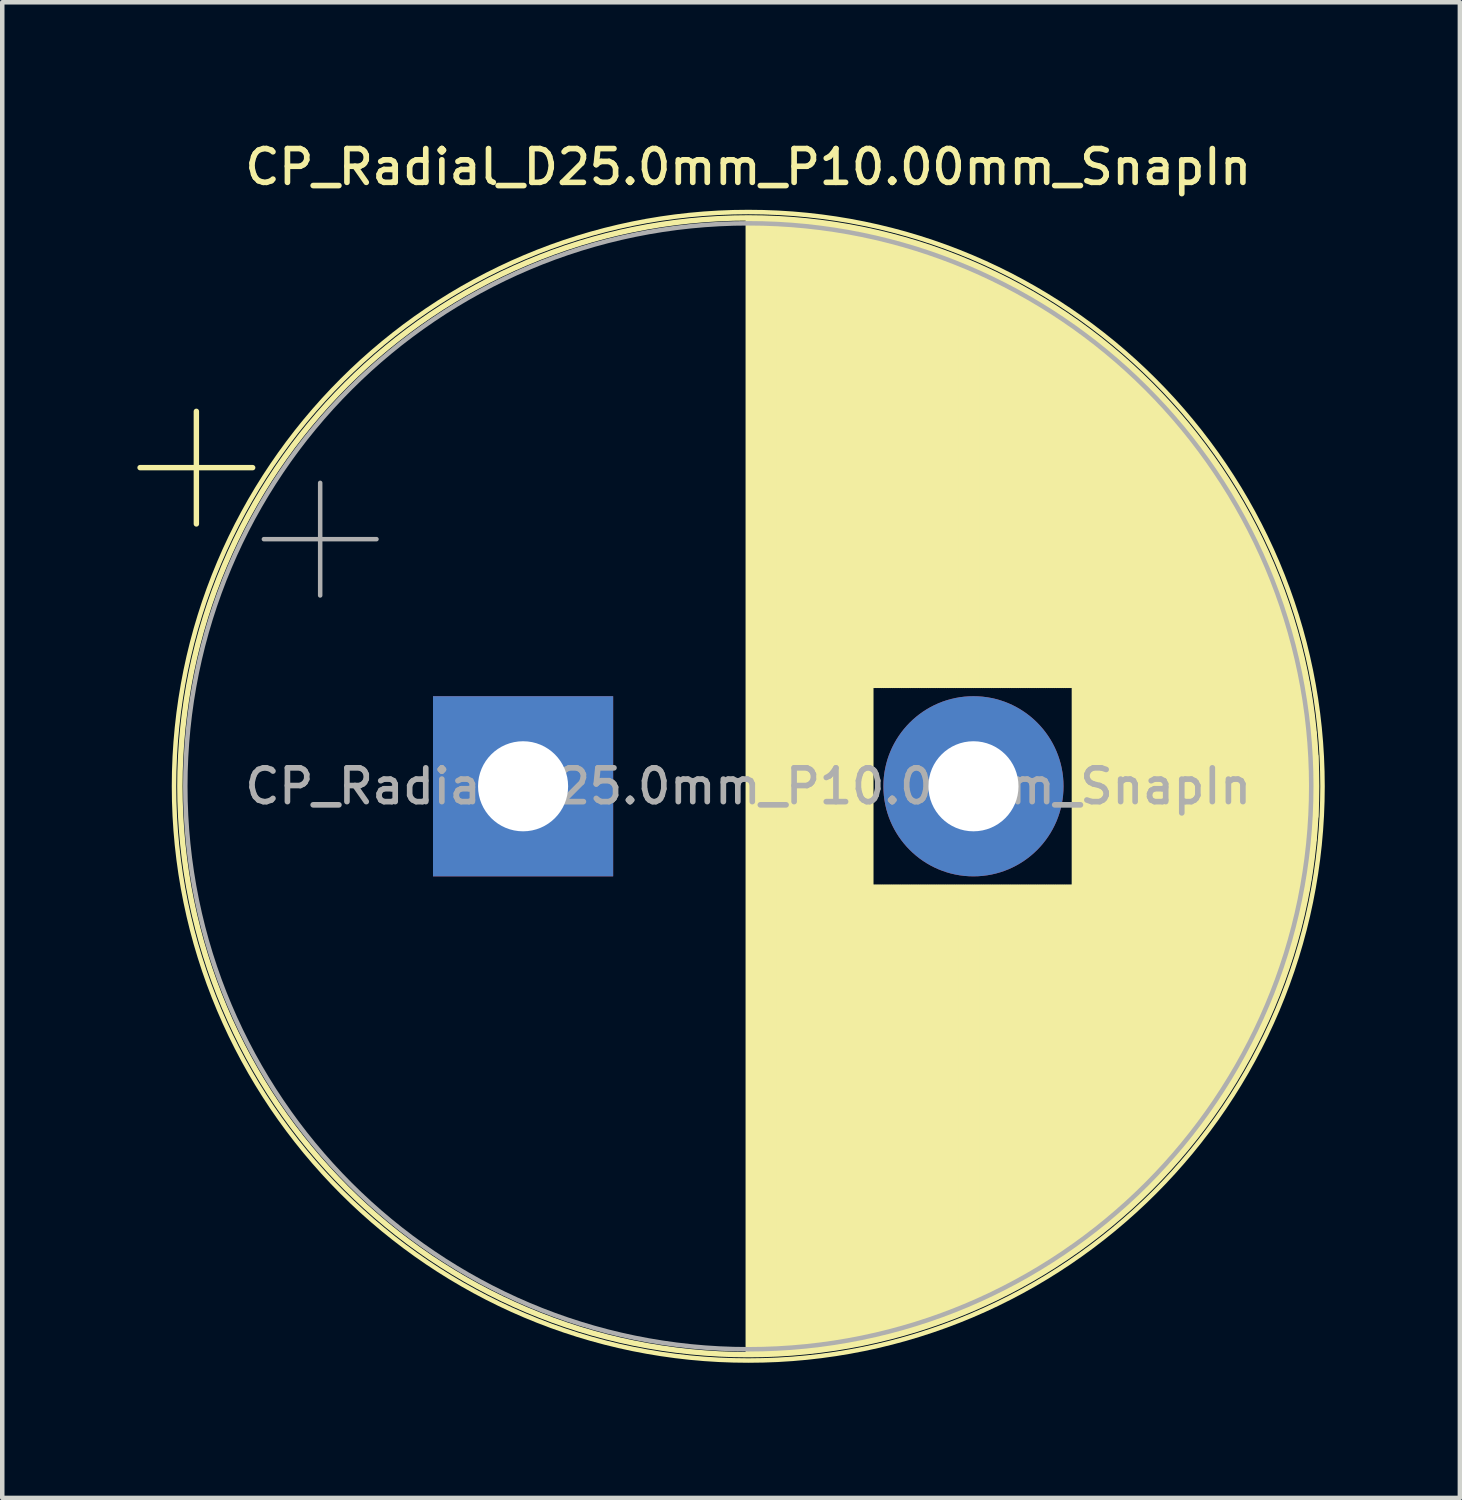
<source format=kicad_pcb>
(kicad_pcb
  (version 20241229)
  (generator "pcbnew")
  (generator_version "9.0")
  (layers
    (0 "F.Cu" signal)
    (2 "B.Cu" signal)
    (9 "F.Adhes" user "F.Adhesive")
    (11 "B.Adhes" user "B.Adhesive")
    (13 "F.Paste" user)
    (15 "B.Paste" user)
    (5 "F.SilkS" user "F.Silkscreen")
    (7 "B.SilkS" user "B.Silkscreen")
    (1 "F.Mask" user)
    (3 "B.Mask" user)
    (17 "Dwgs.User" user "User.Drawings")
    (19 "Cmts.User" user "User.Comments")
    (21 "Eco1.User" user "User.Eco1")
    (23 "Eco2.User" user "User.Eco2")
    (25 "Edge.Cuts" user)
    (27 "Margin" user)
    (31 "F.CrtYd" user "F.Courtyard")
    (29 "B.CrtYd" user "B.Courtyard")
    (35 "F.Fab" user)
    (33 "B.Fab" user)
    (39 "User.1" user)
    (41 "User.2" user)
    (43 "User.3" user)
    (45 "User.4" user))
  (footprint "CP_Radial_D25.0mm_P10.00mm_SnapIn"
    (layer "F.Cu")
    (at 8.564 14.408)
    (property "Reference" "CP_Radial_D25.0mm_P10.00mm_SnapIn" (at 5 -13.75 0) (layer "F.SilkS") (effects (font (size 0.75 0.75) (thickness 0.125))))
    (attr through_hole)
    (fp_line (start -8.504 -7.075) (end -6.004 -7.075) (stroke (width 0.12) (type solid)) (layer "F.SilkS"))
    (fp_line (start -7.254 -8.325) (end -7.254 -5.825) (stroke (width 0.12) (type solid)) (layer "F.SilkS"))
    (fp_line (start 5 -12.581) (end 5 12.581) (stroke (width 0.12) (type solid)) (layer "F.SilkS"))
    (fp_line (start 5.04 -12.58) (end 5.04 12.58) (stroke (width 0.12) (type solid)) (layer "F.SilkS"))
    (fp_line (start 5.08 -12.58) (end 5.08 12.58) (stroke (width 0.12) (type solid)) (layer "F.SilkS"))
    (fp_line (start 5.12 -12.58) (end 5.12 12.58) (stroke (width 0.12) (type solid)) (layer "F.SilkS"))
    (fp_line (start 5.16 -12.579) (end 5.16 12.579) (stroke (width 0.12) (type solid)) (layer "F.SilkS"))
    (fp_line (start 5.2 -12.579) (end 5.2 12.579) (stroke (width 0.12) (type solid)) (layer "F.SilkS"))
    (fp_line (start 5.24 -12.578) (end 5.24 12.578) (stroke (width 0.12) (type solid)) (layer "F.SilkS"))
    (fp_line (start 5.28 -12.577) (end 5.28 12.577) (stroke (width 0.12) (type solid)) (layer "F.SilkS"))
    (fp_line (start 5.32 -12.576) (end 5.32 12.576) (stroke (width 0.12) (type solid)) (layer "F.SilkS"))
    (fp_line (start 5.36 -12.575) (end 5.36 12.575) (stroke (width 0.12) (type solid)) (layer "F.SilkS"))
    (fp_line (start 5.4 -12.574) (end 5.4 12.574) (stroke (width 0.12) (type solid)) (layer "F.SilkS"))
    (fp_line (start 5.44 -12.573) (end 5.44 12.573) (stroke (width 0.12) (type solid)) (layer "F.SilkS"))
    (fp_line (start 5.48 -12.571) (end 5.48 12.571) (stroke (width 0.12) (type solid)) (layer "F.SilkS"))
    (fp_line (start 5.52 -12.57) (end 5.52 12.57) (stroke (width 0.12) (type solid)) (layer "F.SilkS"))
    (fp_line (start 5.56 -12.568) (end 5.56 12.568) (stroke (width 0.12) (type solid)) (layer "F.SilkS"))
    (fp_line (start 5.6 -12.566) (end 5.6 12.566) (stroke (width 0.12) (type solid)) (layer "F.SilkS"))
    (fp_line (start 5.64 -12.564) (end 5.64 12.564) (stroke (width 0.12) (type solid)) (layer "F.SilkS"))
    (fp_line (start 5.68 -12.562) (end 5.68 12.562) (stroke (width 0.12) (type solid)) (layer "F.SilkS"))
    (fp_line (start 5.721 -12.56) (end 5.721 12.56) (stroke (width 0.12) (type solid)) (layer "F.SilkS"))
    (fp_line (start 5.761 -12.558) (end 5.761 12.558) (stroke (width 0.12) (type solid)) (layer "F.SilkS"))
    (fp_line (start 5.801 -12.555) (end 5.801 12.555) (stroke (width 0.12) (type solid)) (layer "F.SilkS"))
    (fp_line (start 5.841 -12.553) (end 5.841 12.553) (stroke (width 0.12) (type solid)) (layer "F.SilkS"))
    (fp_line (start 5.881 -12.55) (end 5.881 12.55) (stroke (width 0.12) (type solid)) (layer "F.SilkS"))
    (fp_line (start 5.921 -12.547) (end 5.921 12.547) (stroke (width 0.12) (type solid)) (layer "F.SilkS"))
    (fp_line (start 5.961 -12.544) (end 5.961 12.544) (stroke (width 0.12) (type solid)) (layer "F.SilkS"))
    (fp_line (start 6.001 -12.541) (end 6.001 12.541) (stroke (width 0.12) (type solid)) (layer "F.SilkS"))
    (fp_line (start 6.041 -12.538) (end 6.041 12.538) (stroke (width 0.12) (type solid)) (layer "F.SilkS"))
    (fp_line (start 6.081 -12.534) (end 6.081 12.534) (stroke (width 0.12) (type solid)) (layer "F.SilkS"))
    (fp_line (start 6.121 -12.531) (end 6.121 12.531) (stroke (width 0.12) (type solid)) (layer "F.SilkS"))
    (fp_line (start 6.161 -12.527) (end 6.161 12.527) (stroke (width 0.12) (type solid)) (layer "F.SilkS"))
    (fp_line (start 6.201 -12.523) (end 6.201 12.523) (stroke (width 0.12) (type solid)) (layer "F.SilkS"))
    (fp_line (start 6.241 -12.519) (end 6.241 12.519) (stroke (width 0.12) (type solid)) (layer "F.SilkS"))
    (fp_line (start 6.281 -12.515) (end 6.281 12.515) (stroke (width 0.12) (type solid)) (layer "F.SilkS"))
    (fp_line (start 6.321 -12.511) (end 6.321 12.511) (stroke (width 0.12) (type solid)) (layer "F.SilkS"))
    (fp_line (start 6.361 -12.507) (end 6.361 12.507) (stroke (width 0.12) (type solid)) (layer "F.SilkS"))
    (fp_line (start 6.401 -12.503) (end 6.401 12.503) (stroke (width 0.12) (type solid)) (layer "F.SilkS"))
    (fp_line (start 6.441 -12.498) (end 6.441 12.498) (stroke (width 0.12) (type solid)) (layer "F.SilkS"))
    (fp_line (start 6.481 -12.493) (end 6.481 12.493) (stroke (width 0.12) (type solid)) (layer "F.SilkS"))
    (fp_line (start 6.521 -12.489) (end 6.521 12.489) (stroke (width 0.12) (type solid)) (layer "F.SilkS"))
    (fp_line (start 6.561 -12.484) (end 6.561 12.484) (stroke (width 0.12) (type solid)) (layer "F.SilkS"))
    (fp_line (start 6.601 -12.479) (end 6.601 12.479) (stroke (width 0.12) (type solid)) (layer "F.SilkS"))
    (fp_line (start 6.641 -12.473) (end 6.641 12.473) (stroke (width 0.12) (type solid)) (layer "F.SilkS"))
    (fp_line (start 6.681 -12.468) (end 6.681 12.468) (stroke (width 0.12) (type solid)) (layer "F.SilkS"))
    (fp_line (start 6.721 -12.463) (end 6.721 12.463) (stroke (width 0.12) (type solid)) (layer "F.SilkS"))
    (fp_line (start 6.761 -12.457) (end 6.761 12.457) (stroke (width 0.12) (type solid)) (layer "F.SilkS"))
    (fp_line (start 6.801 -12.451) (end 6.801 12.451) (stroke (width 0.12) (type solid)) (layer "F.SilkS"))
    (fp_line (start 6.841 -12.446) (end 6.841 12.446) (stroke (width 0.12) (type solid)) (layer "F.SilkS"))
    (fp_line (start 6.881 -12.44) (end 6.881 12.44) (stroke (width 0.12) (type solid)) (layer "F.SilkS"))
    (fp_line (start 6.921 -12.434) (end 6.921 12.434) (stroke (width 0.12) (type solid)) (layer "F.SilkS"))
    (fp_line (start 6.961 -12.427) (end 6.961 12.427) (stroke (width 0.12) (type solid)) (layer "F.SilkS"))
    (fp_line (start 7.001 -12.421) (end 7.001 12.421) (stroke (width 0.12) (type solid)) (layer "F.SilkS"))
    (fp_line (start 7.041 -12.415) (end 7.041 12.415) (stroke (width 0.12) (type solid)) (layer "F.SilkS"))
    (fp_line (start 7.081 -12.408) (end 7.081 12.408) (stroke (width 0.12) (type solid)) (layer "F.SilkS"))
    (fp_line (start 7.121 -12.401) (end 7.121 12.401) (stroke (width 0.12) (type solid)) (layer "F.SilkS"))
    (fp_line (start 7.161 -12.394) (end 7.161 12.394) (stroke (width 0.12) (type solid)) (layer "F.SilkS"))
    (fp_line (start 7.201 -12.387) (end 7.201 12.387) (stroke (width 0.12) (type solid)) (layer "F.SilkS"))
    (fp_line (start 7.241 -12.38) (end 7.241 12.38) (stroke (width 0.12) (type solid)) (layer "F.SilkS"))
    (fp_line (start 7.281 -12.373) (end 7.281 12.373) (stroke (width 0.12) (type solid)) (layer "F.SilkS"))
    (fp_line (start 7.321 -12.365) (end 7.321 12.365) (stroke (width 0.12) (type solid)) (layer "F.SilkS"))
    (fp_line (start 7.361 -12.358) (end 7.361 12.358) (stroke (width 0.12) (type solid)) (layer "F.SilkS"))
    (fp_line (start 7.401 -12.35) (end 7.401 12.35) (stroke (width 0.12) (type solid)) (layer "F.SilkS"))
    (fp_line (start 7.441 -12.342) (end 7.441 12.342) (stroke (width 0.12) (type solid)) (layer "F.SilkS"))
    (fp_line (start 7.481 -12.334) (end 7.481 12.334) (stroke (width 0.12) (type solid)) (layer "F.SilkS"))
    (fp_line (start 7.521 -12.326) (end 7.521 12.326) (stroke (width 0.12) (type solid)) (layer "F.SilkS"))
    (fp_line (start 7.561 -12.318) (end 7.561 12.318) (stroke (width 0.12) (type solid)) (layer "F.SilkS"))
    (fp_line (start 7.601 -12.31) (end 7.601 12.31) (stroke (width 0.12) (type solid)) (layer "F.SilkS"))
    (fp_line (start 7.641 -12.301) (end 7.641 12.301) (stroke (width 0.12) (type solid)) (layer "F.SilkS"))
    (fp_line (start 7.681 -12.293) (end 7.681 12.293) (stroke (width 0.12) (type solid)) (layer "F.SilkS"))
    (fp_line (start 7.721 -12.284) (end 7.721 12.284) (stroke (width 0.12) (type solid)) (layer "F.SilkS"))
    (fp_line (start 7.761 -12.275) (end 7.761 -2.24) (stroke (width 0.12) (type solid)) (layer "F.SilkS"))
    (fp_line (start 7.761 2.24) (end 7.761 12.275) (stroke (width 0.12) (type solid)) (layer "F.SilkS"))
    (fp_line (start 7.801 -12.266) (end 7.801 -2.24) (stroke (width 0.12) (type solid)) (layer "F.SilkS"))
    (fp_line (start 7.801 2.24) (end 7.801 12.266) (stroke (width 0.12) (type solid)) (layer "F.SilkS"))
    (fp_line (start 7.841 -12.257) (end 7.841 -2.24) (stroke (width 0.12) (type solid)) (layer "F.SilkS"))
    (fp_line (start 7.841 2.24) (end 7.841 12.257) (stroke (width 0.12) (type solid)) (layer "F.SilkS"))
    (fp_line (start 7.881 -12.247) (end 7.881 -2.24) (stroke (width 0.12) (type solid)) (layer "F.SilkS"))
    (fp_line (start 7.881 2.24) (end 7.881 12.247) (stroke (width 0.12) (type solid)) (layer "F.SilkS"))
    (fp_line (start 7.921 -12.238) (end 7.921 -2.24) (stroke (width 0.12) (type solid)) (layer "F.SilkS"))
    (fp_line (start 7.921 2.24) (end 7.921 12.238) (stroke (width 0.12) (type solid)) (layer "F.SilkS"))
    (fp_line (start 7.961 -12.228) (end 7.961 -2.24) (stroke (width 0.12) (type solid)) (layer "F.SilkS"))
    (fp_line (start 7.961 2.24) (end 7.961 12.228) (stroke (width 0.12) (type solid)) (layer "F.SilkS"))
    (fp_line (start 8.001 -12.219) (end 8.001 -2.24) (stroke (width 0.12) (type solid)) (layer "F.SilkS"))
    (fp_line (start 8.001 2.24) (end 8.001 12.219) (stroke (width 0.12) (type solid)) (layer "F.SilkS"))
    (fp_line (start 8.041 -12.209) (end 8.041 -2.24) (stroke (width 0.12) (type solid)) (layer "F.SilkS"))
    (fp_line (start 8.041 2.24) (end 8.041 12.209) (stroke (width 0.12) (type solid)) (layer "F.SilkS"))
    (fp_line (start 8.081 -12.199) (end 8.081 -2.24) (stroke (width 0.12) (type solid)) (layer "F.SilkS"))
    (fp_line (start 8.081 2.24) (end 8.081 12.199) (stroke (width 0.12) (type solid)) (layer "F.SilkS"))
    (fp_line (start 8.121 -12.189) (end 8.121 -2.24) (stroke (width 0.12) (type solid)) (layer "F.SilkS"))
    (fp_line (start 8.121 2.24) (end 8.121 12.189) (stroke (width 0.12) (type solid)) (layer "F.SilkS"))
    (fp_line (start 8.161 -12.178) (end 8.161 -2.24) (stroke (width 0.12) (type solid)) (layer "F.SilkS"))
    (fp_line (start 8.161 2.24) (end 8.161 12.178) (stroke (width 0.12) (type solid)) (layer "F.SilkS"))
    (fp_line (start 8.201 -12.168) (end 8.201 -2.24) (stroke (width 0.12) (type solid)) (layer "F.SilkS"))
    (fp_line (start 8.201 2.24) (end 8.201 12.168) (stroke (width 0.12) (type solid)) (layer "F.SilkS"))
    (fp_line (start 8.241 -12.157) (end 8.241 -2.24) (stroke (width 0.12) (type solid)) (layer "F.SilkS"))
    (fp_line (start 8.241 2.24) (end 8.241 12.157) (stroke (width 0.12) (type solid)) (layer "F.SilkS"))
    (fp_line (start 8.281 -12.147) (end 8.281 -2.24) (stroke (width 0.12) (type solid)) (layer "F.SilkS"))
    (fp_line (start 8.281 2.24) (end 8.281 12.147) (stroke (width 0.12) (type solid)) (layer "F.SilkS"))
    (fp_line (start 8.321 -12.136) (end 8.321 -2.24) (stroke (width 0.12) (type solid)) (layer "F.SilkS"))
    (fp_line (start 8.321 2.24) (end 8.321 12.136) (stroke (width 0.12) (type solid)) (layer "F.SilkS"))
    (fp_line (start 8.361 -12.125) (end 8.361 -2.24) (stroke (width 0.12) (type solid)) (layer "F.SilkS"))
    (fp_line (start 8.361 2.24) (end 8.361 12.125) (stroke (width 0.12) (type solid)) (layer "F.SilkS"))
    (fp_line (start 8.401 -12.114) (end 8.401 -2.24) (stroke (width 0.12) (type solid)) (layer "F.SilkS"))
    (fp_line (start 8.401 2.24) (end 8.401 12.114) (stroke (width 0.12) (type solid)) (layer "F.SilkS"))
    (fp_line (start 8.441 -12.103) (end 8.441 -2.24) (stroke (width 0.12) (type solid)) (layer "F.SilkS"))
    (fp_line (start 8.441 2.24) (end 8.441 12.103) (stroke (width 0.12) (type solid)) (layer "F.SilkS"))
    (fp_line (start 8.481 -12.091) (end 8.481 -2.24) (stroke (width 0.12) (type solid)) (layer "F.SilkS"))
    (fp_line (start 8.481 2.24) (end 8.481 12.091) (stroke (width 0.12) (type solid)) (layer "F.SilkS"))
    (fp_line (start 8.521 -12.08) (end 8.521 -2.24) (stroke (width 0.12) (type solid)) (layer "F.SilkS"))
    (fp_line (start 8.521 2.24) (end 8.521 12.08) (stroke (width 0.12) (type solid)) (layer "F.SilkS"))
    (fp_line (start 8.561 -12.068) (end 8.561 -2.24) (stroke (width 0.12) (type solid)) (layer "F.SilkS"))
    (fp_line (start 8.561 2.24) (end 8.561 12.068) (stroke (width 0.12) (type solid)) (layer "F.SilkS"))
    (fp_line (start 8.601 -12.056) (end 8.601 -2.24) (stroke (width 0.12) (type solid)) (layer "F.SilkS"))
    (fp_line (start 8.601 2.24) (end 8.601 12.056) (stroke (width 0.12) (type solid)) (layer "F.SilkS"))
    (fp_line (start 8.641 -12.044) (end 8.641 -2.24) (stroke (width 0.12) (type solid)) (layer "F.SilkS"))
    (fp_line (start 8.641 2.24) (end 8.641 12.044) (stroke (width 0.12) (type solid)) (layer "F.SilkS"))
    (fp_line (start 8.681 -12.032) (end 8.681 -2.24) (stroke (width 0.12) (type solid)) (layer "F.SilkS"))
    (fp_line (start 8.681 2.24) (end 8.681 12.032) (stroke (width 0.12) (type solid)) (layer "F.SilkS"))
    (fp_line (start 8.721 -12.02) (end 8.721 -2.24) (stroke (width 0.12) (type solid)) (layer "F.SilkS"))
    (fp_line (start 8.721 2.24) (end 8.721 12.02) (stroke (width 0.12) (type solid)) (layer "F.SilkS"))
    (fp_line (start 8.761 -12.007) (end 8.761 -2.24) (stroke (width 0.12) (type solid)) (layer "F.SilkS"))
    (fp_line (start 8.761 2.24) (end 8.761 12.007) (stroke (width 0.12) (type solid)) (layer "F.SilkS"))
    (fp_line (start 8.801 -11.995) (end 8.801 -2.24) (stroke (width 0.12) (type solid)) (layer "F.SilkS"))
    (fp_line (start 8.801 2.24) (end 8.801 11.995) (stroke (width 0.12) (type solid)) (layer "F.SilkS"))
    (fp_line (start 8.841 -11.982) (end 8.841 -2.24) (stroke (width 0.12) (type solid)) (layer "F.SilkS"))
    (fp_line (start 8.841 2.24) (end 8.841 11.982) (stroke (width 0.12) (type solid)) (layer "F.SilkS"))
    (fp_line (start 8.881 -11.969) (end 8.881 -2.24) (stroke (width 0.12) (type solid)) (layer "F.SilkS"))
    (fp_line (start 8.881 2.24) (end 8.881 11.969) (stroke (width 0.12) (type solid)) (layer "F.SilkS"))
    (fp_line (start 8.921 -11.956) (end 8.921 -2.24) (stroke (width 0.12) (type solid)) (layer "F.SilkS"))
    (fp_line (start 8.921 2.24) (end 8.921 11.956) (stroke (width 0.12) (type solid)) (layer "F.SilkS"))
    (fp_line (start 8.961 -11.943) (end 8.961 -2.24) (stroke (width 0.12) (type solid)) (layer "F.SilkS"))
    (fp_line (start 8.961 2.24) (end 8.961 11.943) (stroke (width 0.12) (type solid)) (layer "F.SilkS"))
    (fp_line (start 9.001 -11.93) (end 9.001 -2.24) (stroke (width 0.12) (type solid)) (layer "F.SilkS"))
    (fp_line (start 9.001 2.24) (end 9.001 11.93) (stroke (width 0.12) (type solid)) (layer "F.SilkS"))
    (fp_line (start 9.041 -11.916) (end 9.041 -2.24) (stroke (width 0.12) (type solid)) (layer "F.SilkS"))
    (fp_line (start 9.041 2.24) (end 9.041 11.916) (stroke (width 0.12) (type solid)) (layer "F.SilkS"))
    (fp_line (start 9.081 -11.903) (end 9.081 -2.24) (stroke (width 0.12) (type solid)) (layer "F.SilkS"))
    (fp_line (start 9.081 2.24) (end 9.081 11.903) (stroke (width 0.12) (type solid)) (layer "F.SilkS"))
    (fp_line (start 9.121 -11.889) (end 9.121 -2.24) (stroke (width 0.12) (type solid)) (layer "F.SilkS"))
    (fp_line (start 9.121 2.24) (end 9.121 11.889) (stroke (width 0.12) (type solid)) (layer "F.SilkS"))
    (fp_line (start 9.161 -11.875) (end 9.161 -2.24) (stroke (width 0.12) (type solid)) (layer "F.SilkS"))
    (fp_line (start 9.161 2.24) (end 9.161 11.875) (stroke (width 0.12) (type solid)) (layer "F.SilkS"))
    (fp_line (start 9.201 -11.861) (end 9.201 -2.24) (stroke (width 0.12) (type solid)) (layer "F.SilkS"))
    (fp_line (start 9.201 2.24) (end 9.201 11.861) (stroke (width 0.12) (type solid)) (layer "F.SilkS"))
    (fp_line (start 9.241 -11.847) (end 9.241 -2.24) (stroke (width 0.12) (type solid)) (layer "F.SilkS"))
    (fp_line (start 9.241 2.24) (end 9.241 11.847) (stroke (width 0.12) (type solid)) (layer "F.SilkS"))
    (fp_line (start 9.281 -11.833) (end 9.281 -2.24) (stroke (width 0.12) (type solid)) (layer "F.SilkS"))
    (fp_line (start 9.281 2.24) (end 9.281 11.833) (stroke (width 0.12) (type solid)) (layer "F.SilkS"))
    (fp_line (start 9.321 -11.818) (end 9.321 -2.24) (stroke (width 0.12) (type solid)) (layer "F.SilkS"))
    (fp_line (start 9.321 2.24) (end 9.321 11.818) (stroke (width 0.12) (type solid)) (layer "F.SilkS"))
    (fp_line (start 9.361 -11.803) (end 9.361 -2.24) (stroke (width 0.12) (type solid)) (layer "F.SilkS"))
    (fp_line (start 9.361 2.24) (end 9.361 11.803) (stroke (width 0.12) (type solid)) (layer "F.SilkS"))
    (fp_line (start 9.401 -11.789) (end 9.401 -2.24) (stroke (width 0.12) (type solid)) (layer "F.SilkS"))
    (fp_line (start 9.401 2.24) (end 9.401 11.789) (stroke (width 0.12) (type solid)) (layer "F.SilkS"))
    (fp_line (start 9.441 -11.774) (end 9.441 -2.24) (stroke (width 0.12) (type solid)) (layer "F.SilkS"))
    (fp_line (start 9.441 2.24) (end 9.441 11.774) (stroke (width 0.12) (type solid)) (layer "F.SilkS"))
    (fp_line (start 9.481 -11.759) (end 9.481 -2.24) (stroke (width 0.12) (type solid)) (layer "F.SilkS"))
    (fp_line (start 9.481 2.24) (end 9.481 11.759) (stroke (width 0.12) (type solid)) (layer "F.SilkS"))
    (fp_line (start 9.521 -11.743) (end 9.521 -2.24) (stroke (width 0.12) (type solid)) (layer "F.SilkS"))
    (fp_line (start 9.521 2.24) (end 9.521 11.743) (stroke (width 0.12) (type solid)) (layer "F.SilkS"))
    (fp_line (start 9.561 -11.728) (end 9.561 -2.24) (stroke (width 0.12) (type solid)) (layer "F.SilkS"))
    (fp_line (start 9.561 2.24) (end 9.561 11.728) (stroke (width 0.12) (type solid)) (layer "F.SilkS"))
    (fp_line (start 9.601 -11.712) (end 9.601 -2.24) (stroke (width 0.12) (type solid)) (layer "F.SilkS"))
    (fp_line (start 9.601 2.24) (end 9.601 11.712) (stroke (width 0.12) (type solid)) (layer "F.SilkS"))
    (fp_line (start 9.641 -11.697) (end 9.641 -2.24) (stroke (width 0.12) (type solid)) (layer "F.SilkS"))
    (fp_line (start 9.641 2.24) (end 9.641 11.697) (stroke (width 0.12) (type solid)) (layer "F.SilkS"))
    (fp_line (start 9.681 -11.681) (end 9.681 -2.24) (stroke (width 0.12) (type solid)) (layer "F.SilkS"))
    (fp_line (start 9.681 2.24) (end 9.681 11.681) (stroke (width 0.12) (type solid)) (layer "F.SilkS"))
    (fp_line (start 9.721 -11.665) (end 9.721 -2.24) (stroke (width 0.12) (type solid)) (layer "F.SilkS"))
    (fp_line (start 9.721 2.24) (end 9.721 11.665) (stroke (width 0.12) (type solid)) (layer "F.SilkS"))
    (fp_line (start 9.761 -11.648) (end 9.761 -2.24) (stroke (width 0.12) (type solid)) (layer "F.SilkS"))
    (fp_line (start 9.761 2.24) (end 9.761 11.648) (stroke (width 0.12) (type solid)) (layer "F.SilkS"))
    (fp_line (start 9.801 -11.632) (end 9.801 -2.24) (stroke (width 0.12) (type solid)) (layer "F.SilkS"))
    (fp_line (start 9.801 2.24) (end 9.801 11.632) (stroke (width 0.12) (type solid)) (layer "F.SilkS"))
    (fp_line (start 9.841 -11.615) (end 9.841 -2.24) (stroke (width 0.12) (type solid)) (layer "F.SilkS"))
    (fp_line (start 9.841 2.24) (end 9.841 11.615) (stroke (width 0.12) (type solid)) (layer "F.SilkS"))
    (fp_line (start 9.881 -11.599) (end 9.881 -2.24) (stroke (width 0.12) (type solid)) (layer "F.SilkS"))
    (fp_line (start 9.881 2.24) (end 9.881 11.599) (stroke (width 0.12) (type solid)) (layer "F.SilkS"))
    (fp_line (start 9.921 -11.582) (end 9.921 -2.24) (stroke (width 0.12) (type solid)) (layer "F.SilkS"))
    (fp_line (start 9.921 2.24) (end 9.921 11.582) (stroke (width 0.12) (type solid)) (layer "F.SilkS"))
    (fp_line (start 9.961 -11.565) (end 9.961 -2.24) (stroke (width 0.12) (type solid)) (layer "F.SilkS"))
    (fp_line (start 9.961 2.24) (end 9.961 11.565) (stroke (width 0.12) (type solid)) (layer "F.SilkS"))
    (fp_line (start 10.001 -11.548) (end 10.001 -2.24) (stroke (width 0.12) (type solid)) (layer "F.SilkS"))
    (fp_line (start 10.001 2.24) (end 10.001 11.548) (stroke (width 0.12) (type solid)) (layer "F.SilkS"))
    (fp_line (start 10.041 -11.53) (end 10.041 -2.24) (stroke (width 0.12) (type solid)) (layer "F.SilkS"))
    (fp_line (start 10.041 2.24) (end 10.041 11.53) (stroke (width 0.12) (type solid)) (layer "F.SilkS"))
    (fp_line (start 10.081 -11.513) (end 10.081 -2.24) (stroke (width 0.12) (type solid)) (layer "F.SilkS"))
    (fp_line (start 10.081 2.24) (end 10.081 11.513) (stroke (width 0.12) (type solid)) (layer "F.SilkS"))
    (fp_line (start 10.121 -11.495) (end 10.121 -2.24) (stroke (width 0.12) (type solid)) (layer "F.SilkS"))
    (fp_line (start 10.121 2.24) (end 10.121 11.495) (stroke (width 0.12) (type solid)) (layer "F.SilkS"))
    (fp_line (start 10.161 -11.477) (end 10.161 -2.24) (stroke (width 0.12) (type solid)) (layer "F.SilkS"))
    (fp_line (start 10.161 2.24) (end 10.161 11.477) (stroke (width 0.12) (type solid)) (layer "F.SilkS"))
    (fp_line (start 10.201 -11.459) (end 10.201 -2.24) (stroke (width 0.12) (type solid)) (layer "F.SilkS"))
    (fp_line (start 10.201 2.24) (end 10.201 11.459) (stroke (width 0.12) (type solid)) (layer "F.SilkS"))
    (fp_line (start 10.241 -11.441) (end 10.241 -2.24) (stroke (width 0.12) (type solid)) (layer "F.SilkS"))
    (fp_line (start 10.241 2.24) (end 10.241 11.441) (stroke (width 0.12) (type solid)) (layer "F.SilkS"))
    (fp_line (start 10.281 -11.423) (end 10.281 -2.24) (stroke (width 0.12) (type solid)) (layer "F.SilkS"))
    (fp_line (start 10.281 2.24) (end 10.281 11.423) (stroke (width 0.12) (type solid)) (layer "F.SilkS"))
    (fp_line (start 10.321 -11.404) (end 10.321 -2.24) (stroke (width 0.12) (type solid)) (layer "F.SilkS"))
    (fp_line (start 10.321 2.24) (end 10.321 11.404) (stroke (width 0.12) (type solid)) (layer "F.SilkS"))
    (fp_line (start 10.361 -11.386) (end 10.361 -2.24) (stroke (width 0.12) (type solid)) (layer "F.SilkS"))
    (fp_line (start 10.361 2.24) (end 10.361 11.386) (stroke (width 0.12) (type solid)) (layer "F.SilkS"))
    (fp_line (start 10.401 -11.367) (end 10.401 -2.24) (stroke (width 0.12) (type solid)) (layer "F.SilkS"))
    (fp_line (start 10.401 2.24) (end 10.401 11.367) (stroke (width 0.12) (type solid)) (layer "F.SilkS"))
    (fp_line (start 10.441 -11.348) (end 10.441 -2.24) (stroke (width 0.12) (type solid)) (layer "F.SilkS"))
    (fp_line (start 10.441 2.24) (end 10.441 11.348) (stroke (width 0.12) (type solid)) (layer "F.SilkS"))
    (fp_line (start 10.481 -11.329) (end 10.481 -2.24) (stroke (width 0.12) (type solid)) (layer "F.SilkS"))
    (fp_line (start 10.481 2.24) (end 10.481 11.329) (stroke (width 0.12) (type solid)) (layer "F.SilkS"))
    (fp_line (start 10.521 -11.309) (end 10.521 -2.24) (stroke (width 0.12) (type solid)) (layer "F.SilkS"))
    (fp_line (start 10.521 2.24) (end 10.521 11.309) (stroke (width 0.12) (type solid)) (layer "F.SilkS"))
    (fp_line (start 10.561 -11.29) (end 10.561 -2.24) (stroke (width 0.12) (type solid)) (layer "F.SilkS"))
    (fp_line (start 10.561 2.24) (end 10.561 11.29) (stroke (width 0.12) (type solid)) (layer "F.SilkS"))
    (fp_line (start 10.601 -11.27) (end 10.601 -2.24) (stroke (width 0.12) (type solid)) (layer "F.SilkS"))
    (fp_line (start 10.601 2.24) (end 10.601 11.27) (stroke (width 0.12) (type solid)) (layer "F.SilkS"))
    (fp_line (start 10.641 -11.25) (end 10.641 -2.24) (stroke (width 0.12) (type solid)) (layer "F.SilkS"))
    (fp_line (start 10.641 2.24) (end 10.641 11.25) (stroke (width 0.12) (type solid)) (layer "F.SilkS"))
    (fp_line (start 10.681 -11.23) (end 10.681 -2.24) (stroke (width 0.12) (type solid)) (layer "F.SilkS"))
    (fp_line (start 10.681 2.24) (end 10.681 11.23) (stroke (width 0.12) (type solid)) (layer "F.SilkS"))
    (fp_line (start 10.721 -11.21) (end 10.721 -2.24) (stroke (width 0.12) (type solid)) (layer "F.SilkS"))
    (fp_line (start 10.721 2.24) (end 10.721 11.21) (stroke (width 0.12) (type solid)) (layer "F.SilkS"))
    (fp_line (start 10.761 -11.189) (end 10.761 -2.24) (stroke (width 0.12) (type solid)) (layer "F.SilkS"))
    (fp_line (start 10.761 2.24) (end 10.761 11.189) (stroke (width 0.12) (type solid)) (layer "F.SilkS"))
    (fp_line (start 10.801 -11.169) (end 10.801 -2.24) (stroke (width 0.12) (type solid)) (layer "F.SilkS"))
    (fp_line (start 10.801 2.24) (end 10.801 11.169) (stroke (width 0.12) (type solid)) (layer "F.SilkS"))
    (fp_line (start 10.841 -11.148) (end 10.841 -2.24) (stroke (width 0.12) (type solid)) (layer "F.SilkS"))
    (fp_line (start 10.841 2.24) (end 10.841 11.148) (stroke (width 0.12) (type solid)) (layer "F.SilkS"))
    (fp_line (start 10.881 -11.127) (end 10.881 -2.24) (stroke (width 0.12) (type solid)) (layer "F.SilkS"))
    (fp_line (start 10.881 2.24) (end 10.881 11.127) (stroke (width 0.12) (type solid)) (layer "F.SilkS"))
    (fp_line (start 10.921 -11.106) (end 10.921 -2.24) (stroke (width 0.12) (type solid)) (layer "F.SilkS"))
    (fp_line (start 10.921 2.24) (end 10.921 11.106) (stroke (width 0.12) (type solid)) (layer "F.SilkS"))
    (fp_line (start 10.961 -11.084) (end 10.961 -2.24) (stroke (width 0.12) (type solid)) (layer "F.SilkS"))
    (fp_line (start 10.961 2.24) (end 10.961 11.084) (stroke (width 0.12) (type solid)) (layer "F.SilkS"))
    (fp_line (start 11.001 -11.063) (end 11.001 -2.24) (stroke (width 0.12) (type solid)) (layer "F.SilkS"))
    (fp_line (start 11.001 2.24) (end 11.001 11.063) (stroke (width 0.12) (type solid)) (layer "F.SilkS"))
    (fp_line (start 11.041 -11.041) (end 11.041 -2.24) (stroke (width 0.12) (type solid)) (layer "F.SilkS"))
    (fp_line (start 11.041 2.24) (end 11.041 11.041) (stroke (width 0.12) (type solid)) (layer "F.SilkS"))
    (fp_line (start 11.081 -11.019) (end 11.081 -2.24) (stroke (width 0.12) (type solid)) (layer "F.SilkS"))
    (fp_line (start 11.081 2.24) (end 11.081 11.019) (stroke (width 0.12) (type solid)) (layer "F.SilkS"))
    (fp_line (start 11.121 -10.997) (end 11.121 -2.24) (stroke (width 0.12) (type solid)) (layer "F.SilkS"))
    (fp_line (start 11.121 2.24) (end 11.121 10.997) (stroke (width 0.12) (type solid)) (layer "F.SilkS"))
    (fp_line (start 11.161 -10.975) (end 11.161 -2.24) (stroke (width 0.12) (type solid)) (layer "F.SilkS"))
    (fp_line (start 11.161 2.24) (end 11.161 10.975) (stroke (width 0.12) (type solid)) (layer "F.SilkS"))
    (fp_line (start 11.201 -10.953) (end 11.201 -2.24) (stroke (width 0.12) (type solid)) (layer "F.SilkS"))
    (fp_line (start 11.201 2.24) (end 11.201 10.953) (stroke (width 0.12) (type solid)) (layer "F.SilkS"))
    (fp_line (start 11.241 -10.93) (end 11.241 -2.24) (stroke (width 0.12) (type solid)) (layer "F.SilkS"))
    (fp_line (start 11.241 2.24) (end 11.241 10.93) (stroke (width 0.12) (type solid)) (layer "F.SilkS"))
    (fp_line (start 11.281 -10.907) (end 11.281 -2.24) (stroke (width 0.12) (type solid)) (layer "F.SilkS"))
    (fp_line (start 11.281 2.24) (end 11.281 10.907) (stroke (width 0.12) (type solid)) (layer "F.SilkS"))
    (fp_line (start 11.321 -10.884) (end 11.321 -2.24) (stroke (width 0.12) (type solid)) (layer "F.SilkS"))
    (fp_line (start 11.321 2.24) (end 11.321 10.884) (stroke (width 0.12) (type solid)) (layer "F.SilkS"))
    (fp_line (start 11.361 -10.861) (end 11.361 -2.24) (stroke (width 0.12) (type solid)) (layer "F.SilkS"))
    (fp_line (start 11.361 2.24) (end 11.361 10.861) (stroke (width 0.12) (type solid)) (layer "F.SilkS"))
    (fp_line (start 11.401 -10.837) (end 11.401 -2.24) (stroke (width 0.12) (type solid)) (layer "F.SilkS"))
    (fp_line (start 11.401 2.24) (end 11.401 10.837) (stroke (width 0.12) (type solid)) (layer "F.SilkS"))
    (fp_line (start 11.441 -10.814) (end 11.441 -2.24) (stroke (width 0.12) (type solid)) (layer "F.SilkS"))
    (fp_line (start 11.441 2.24) (end 11.441 10.814) (stroke (width 0.12) (type solid)) (layer "F.SilkS"))
    (fp_line (start 11.481 -10.79) (end 11.481 -2.24) (stroke (width 0.12) (type solid)) (layer "F.SilkS"))
    (fp_line (start 11.481 2.24) (end 11.481 10.79) (stroke (width 0.12) (type solid)) (layer "F.SilkS"))
    (fp_line (start 11.521 -10.766) (end 11.521 -2.24) (stroke (width 0.12) (type solid)) (layer "F.SilkS"))
    (fp_line (start 11.521 2.24) (end 11.521 10.766) (stroke (width 0.12) (type solid)) (layer "F.SilkS"))
    (fp_line (start 11.561 -10.742) (end 11.561 -2.24) (stroke (width 0.12) (type solid)) (layer "F.SilkS"))
    (fp_line (start 11.561 2.24) (end 11.561 10.742) (stroke (width 0.12) (type solid)) (layer "F.SilkS"))
    (fp_line (start 11.601 -10.717) (end 11.601 -2.24) (stroke (width 0.12) (type solid)) (layer "F.SilkS"))
    (fp_line (start 11.601 2.24) (end 11.601 10.717) (stroke (width 0.12) (type solid)) (layer "F.SilkS"))
    (fp_line (start 11.641 -10.692) (end 11.641 -2.24) (stroke (width 0.12) (type solid)) (layer "F.SilkS"))
    (fp_line (start 11.641 2.24) (end 11.641 10.692) (stroke (width 0.12) (type solid)) (layer "F.SilkS"))
    (fp_line (start 11.681 -10.668) (end 11.681 -2.24) (stroke (width 0.12) (type solid)) (layer "F.SilkS"))
    (fp_line (start 11.681 2.24) (end 11.681 10.668) (stroke (width 0.12) (type solid)) (layer "F.SilkS"))
    (fp_line (start 11.721 -10.643) (end 11.721 -2.24) (stroke (width 0.12) (type solid)) (layer "F.SilkS"))
    (fp_line (start 11.721 2.24) (end 11.721 10.643) (stroke (width 0.12) (type solid)) (layer "F.SilkS"))
    (fp_line (start 11.761 -10.617) (end 11.761 -2.24) (stroke (width 0.12) (type solid)) (layer "F.SilkS"))
    (fp_line (start 11.761 2.24) (end 11.761 10.617) (stroke (width 0.12) (type solid)) (layer "F.SilkS"))
    (fp_line (start 11.801 -10.592) (end 11.801 -2.24) (stroke (width 0.12) (type solid)) (layer "F.SilkS"))
    (fp_line (start 11.801 2.24) (end 11.801 10.592) (stroke (width 0.12) (type solid)) (layer "F.SilkS"))
    (fp_line (start 11.841 -10.566) (end 11.841 -2.24) (stroke (width 0.12) (type solid)) (layer "F.SilkS"))
    (fp_line (start 11.841 2.24) (end 11.841 10.566) (stroke (width 0.12) (type solid)) (layer "F.SilkS"))
    (fp_line (start 11.881 -10.54) (end 11.881 -2.24) (stroke (width 0.12) (type solid)) (layer "F.SilkS"))
    (fp_line (start 11.881 2.24) (end 11.881 10.54) (stroke (width 0.12) (type solid)) (layer "F.SilkS"))
    (fp_line (start 11.921 -10.514) (end 11.921 -2.24) (stroke (width 0.12) (type solid)) (layer "F.SilkS"))
    (fp_line (start 11.921 2.24) (end 11.921 10.514) (stroke (width 0.12) (type solid)) (layer "F.SilkS"))
    (fp_line (start 11.961 -10.488) (end 11.961 -2.24) (stroke (width 0.12) (type solid)) (layer "F.SilkS"))
    (fp_line (start 11.961 2.24) (end 11.961 10.488) (stroke (width 0.12) (type solid)) (layer "F.SilkS"))
    (fp_line (start 12.001 -10.461) (end 12.001 -2.24) (stroke (width 0.12) (type solid)) (layer "F.SilkS"))
    (fp_line (start 12.001 2.24) (end 12.001 10.461) (stroke (width 0.12) (type solid)) (layer "F.SilkS"))
    (fp_line (start 12.041 -10.434) (end 12.041 -2.24) (stroke (width 0.12) (type solid)) (layer "F.SilkS"))
    (fp_line (start 12.041 2.24) (end 12.041 10.434) (stroke (width 0.12) (type solid)) (layer "F.SilkS"))
    (fp_line (start 12.081 -10.407) (end 12.081 -2.24) (stroke (width 0.12) (type solid)) (layer "F.SilkS"))
    (fp_line (start 12.081 2.24) (end 12.081 10.407) (stroke (width 0.12) (type solid)) (layer "F.SilkS"))
    (fp_line (start 12.121 -10.38) (end 12.121 -2.24) (stroke (width 0.12) (type solid)) (layer "F.SilkS"))
    (fp_line (start 12.121 2.24) (end 12.121 10.38) (stroke (width 0.12) (type solid)) (layer "F.SilkS"))
    (fp_line (start 12.161 -10.353) (end 12.161 -2.24) (stroke (width 0.12) (type solid)) (layer "F.SilkS"))
    (fp_line (start 12.161 2.24) (end 12.161 10.353) (stroke (width 0.12) (type solid)) (layer "F.SilkS"))
    (fp_line (start 12.201 -10.325) (end 12.201 -2.24) (stroke (width 0.12) (type solid)) (layer "F.SilkS"))
    (fp_line (start 12.201 2.24) (end 12.201 10.325) (stroke (width 0.12) (type solid)) (layer "F.SilkS"))
    (fp_line (start 12.241 -10.297) (end 12.241 10.297) (stroke (width 0.12) (type solid)) (layer "F.SilkS"))
    (fp_line (start 12.281 -10.269) (end 12.281 10.269) (stroke (width 0.12) (type solid)) (layer "F.SilkS"))
    (fp_line (start 12.321 -10.241) (end 12.321 10.241) (stroke (width 0.12) (type solid)) (layer "F.SilkS"))
    (fp_line (start 12.361 -10.212) (end 12.361 10.212) (stroke (width 0.12) (type solid)) (layer "F.SilkS"))
    (fp_line (start 12.401 -10.183) (end 12.401 10.183) (stroke (width 0.12) (type solid)) (layer "F.SilkS"))
    (fp_line (start 12.441 -10.154) (end 12.441 10.154) (stroke (width 0.12) (type solid)) (layer "F.SilkS"))
    (fp_line (start 12.481 -10.125) (end 12.481 10.125) (stroke (width 0.12) (type solid)) (layer "F.SilkS"))
    (fp_line (start 12.521 -10.095) (end 12.521 10.095) (stroke (width 0.12) (type solid)) (layer "F.SilkS"))
    (fp_line (start 12.561 -10.065) (end 12.561 10.065) (stroke (width 0.12) (type solid)) (layer "F.SilkS"))
    (fp_line (start 12.601 -10.035) (end 12.601 10.035) (stroke (width 0.12) (type solid)) (layer "F.SilkS"))
    (fp_line (start 12.641 -10.005) (end 12.641 10.005) (stroke (width 0.12) (type solid)) (layer "F.SilkS"))
    (fp_line (start 12.681 -9.975) (end 12.681 9.975) (stroke (width 0.12) (type solid)) (layer "F.SilkS"))
    (fp_line (start 12.721 -9.944) (end 12.721 9.944) (stroke (width 0.12) (type solid)) (layer "F.SilkS"))
    (fp_line (start 12.761 -9.913) (end 12.761 9.913) (stroke (width 0.12) (type solid)) (layer "F.SilkS"))
    (fp_line (start 12.801 -9.881) (end 12.801 9.881) (stroke (width 0.12) (type solid)) (layer "F.SilkS"))
    (fp_line (start 12.841 -9.85) (end 12.841 9.85) (stroke (width 0.12) (type solid)) (layer "F.SilkS"))
    (fp_line (start 12.881 -9.818) (end 12.881 9.818) (stroke (width 0.12) (type solid)) (layer "F.SilkS"))
    (fp_line (start 12.921 -9.786) (end 12.921 9.786) (stroke (width 0.12) (type solid)) (layer "F.SilkS"))
    (fp_line (start 12.961 -9.753) (end 12.961 9.753) (stroke (width 0.12) (type solid)) (layer "F.SilkS"))
    (fp_line (start 13.001 -9.721) (end 13.001 9.721) (stroke (width 0.12) (type solid)) (layer "F.SilkS"))
    (fp_line (start 13.041 -9.688) (end 13.041 9.688) (stroke (width 0.12) (type solid)) (layer "F.SilkS"))
    (fp_line (start 13.081 -9.655) (end 13.081 9.655) (stroke (width 0.12) (type solid)) (layer "F.SilkS"))
    (fp_line (start 13.121 -9.621) (end 13.121 9.621) (stroke (width 0.12) (type solid)) (layer "F.SilkS"))
    (fp_line (start 13.161 -9.587) (end 13.161 9.587) (stroke (width 0.12) (type solid)) (layer "F.SilkS"))
    (fp_line (start 13.2 -9.553) (end 13.2 9.553) (stroke (width 0.12) (type solid)) (layer "F.SilkS"))
    (fp_line (start 13.24 -9.519) (end 13.24 9.519) (stroke (width 0.12) (type solid)) (layer "F.SilkS"))
    (fp_line (start 13.28 -9.484) (end 13.28 9.484) (stroke (width 0.12) (type solid)) (layer "F.SilkS"))
    (fp_line (start 13.32 -9.45) (end 13.32 9.45) (stroke (width 0.12) (type solid)) (layer "F.SilkS"))
    (fp_line (start 13.36 -9.414) (end 13.36 9.414) (stroke (width 0.12) (type solid)) (layer "F.SilkS"))
    (fp_line (start 13.4 -9.379) (end 13.4 9.379) (stroke (width 0.12) (type solid)) (layer "F.SilkS"))
    (fp_line (start 13.44 -9.343) (end 13.44 9.343) (stroke (width 0.12) (type solid)) (layer "F.SilkS"))
    (fp_line (start 13.48 -9.307) (end 13.48 9.307) (stroke (width 0.12) (type solid)) (layer "F.SilkS"))
    (fp_line (start 13.52 -9.27) (end 13.52 9.27) (stroke (width 0.12) (type solid)) (layer "F.SilkS"))
    (fp_line (start 13.56 -9.234) (end 13.56 9.234) (stroke (width 0.12) (type solid)) (layer "F.SilkS"))
    (fp_line (start 13.6 -9.197) (end 13.6 9.197) (stroke (width 0.12) (type solid)) (layer "F.SilkS"))
    (fp_line (start 13.64 -9.159) (end 13.64 9.159) (stroke (width 0.12) (type solid)) (layer "F.SilkS"))
    (fp_line (start 13.68 -9.121) (end 13.68 9.121) (stroke (width 0.12) (type solid)) (layer "F.SilkS"))
    (fp_line (start 13.72 -9.083) (end 13.72 9.083) (stroke (width 0.12) (type solid)) (layer "F.SilkS"))
    (fp_line (start 13.76 -9.045) (end 13.76 9.045) (stroke (width 0.12) (type solid)) (layer "F.SilkS"))
    (fp_line (start 13.8 -9.006) (end 13.8 9.006) (stroke (width 0.12) (type solid)) (layer "F.SilkS"))
    (fp_line (start 13.84 -8.967) (end 13.84 8.967) (stroke (width 0.12) (type solid)) (layer "F.SilkS"))
    (fp_line (start 13.88 -8.928) (end 13.88 8.928) (stroke (width 0.12) (type solid)) (layer "F.SilkS"))
    (fp_line (start 13.92 -8.888) (end 13.92 8.888) (stroke (width 0.12) (type solid)) (layer "F.SilkS"))
    (fp_line (start 13.96 -8.848) (end 13.96 8.848) (stroke (width 0.12) (type solid)) (layer "F.SilkS"))
    (fp_line (start 14 -8.807) (end 14 8.807) (stroke (width 0.12) (type solid)) (layer "F.SilkS"))
    (fp_line (start 14.04 -8.766) (end 14.04 8.766) (stroke (width 0.12) (type solid)) (layer "F.SilkS"))
    (fp_line (start 14.08 -8.725) (end 14.08 8.725) (stroke (width 0.12) (type solid)) (layer "F.SilkS"))
    (fp_line (start 14.12 -8.683) (end 14.12 8.683) (stroke (width 0.12) (type solid)) (layer "F.SilkS"))
    (fp_line (start 14.16 -8.641) (end 14.16 8.641) (stroke (width 0.12) (type solid)) (layer "F.SilkS"))
    (fp_line (start 14.2 -8.599) (end 14.2 8.599) (stroke (width 0.12) (type solid)) (layer "F.SilkS"))
    (fp_line (start 14.24 -8.556) (end 14.24 8.556) (stroke (width 0.12) (type solid)) (layer "F.SilkS"))
    (fp_line (start 14.28 -8.513) (end 14.28 8.513) (stroke (width 0.12) (type solid)) (layer "F.SilkS"))
    (fp_line (start 14.32 -8.469) (end 14.32 8.469) (stroke (width 0.12) (type solid)) (layer "F.SilkS"))
    (fp_line (start 14.36 -8.425) (end 14.36 8.425) (stroke (width 0.12) (type solid)) (layer "F.SilkS"))
    (fp_line (start 14.4 -8.381) (end 14.4 8.381) (stroke (width 0.12) (type solid)) (layer "F.SilkS"))
    (fp_line (start 14.44 -8.336) (end 14.44 8.336) (stroke (width 0.12) (type solid)) (layer "F.SilkS"))
    (fp_line (start 14.48 -8.291) (end 14.48 8.291) (stroke (width 0.12) (type solid)) (layer "F.SilkS"))
    (fp_line (start 14.52 -8.245) (end 14.52 8.245) (stroke (width 0.12) (type solid)) (layer "F.SilkS"))
    (fp_line (start 14.56 -8.199) (end 14.56 8.199) (stroke (width 0.12) (type solid)) (layer "F.SilkS"))
    (fp_line (start 14.6 -8.152) (end 14.6 8.152) (stroke (width 0.12) (type solid)) (layer "F.SilkS"))
    (fp_line (start 14.64 -8.105) (end 14.64 8.105) (stroke (width 0.12) (type solid)) (layer "F.SilkS"))
    (fp_line (start 14.68 -8.058) (end 14.68 8.058) (stroke (width 0.12) (type solid)) (layer "F.SilkS"))
    (fp_line (start 14.72 -8.009) (end 14.72 8.009) (stroke (width 0.12) (type solid)) (layer "F.SilkS"))
    (fp_line (start 14.76 -7.961) (end 14.76 7.961) (stroke (width 0.12) (type solid)) (layer "F.SilkS"))
    (fp_line (start 14.8 -7.912) (end 14.8 7.912) (stroke (width 0.12) (type solid)) (layer "F.SilkS"))
    (fp_line (start 14.84 -7.862) (end 14.84 7.862) (stroke (width 0.12) (type solid)) (layer "F.SilkS"))
    (fp_line (start 14.88 -7.812) (end 14.88 7.812) (stroke (width 0.12) (type solid)) (layer "F.SilkS"))
    (fp_line (start 14.92 -7.762) (end 14.92 7.762) (stroke (width 0.12) (type solid)) (layer "F.SilkS"))
    (fp_line (start 14.96 -7.711) (end 14.96 7.711) (stroke (width 0.12) (type solid)) (layer "F.SilkS"))
    (fp_line (start 15 -7.659) (end 15 7.659) (stroke (width 0.12) (type solid)) (layer "F.SilkS"))
    (fp_line (start 15.04 -7.607) (end 15.04 7.607) (stroke (width 0.12) (type solid)) (layer "F.SilkS"))
    (fp_line (start 15.08 -7.554) (end 15.08 7.554) (stroke (width 0.12) (type solid)) (layer "F.SilkS"))
    (fp_line (start 15.12 -7.5) (end 15.12 7.5) (stroke (width 0.12) (type solid)) (layer "F.SilkS"))
    (fp_line (start 15.16 -7.446) (end 15.16 7.446) (stroke (width 0.12) (type solid)) (layer "F.SilkS"))
    (fp_line (start 15.2 -7.392) (end 15.2 7.392) (stroke (width 0.12) (type solid)) (layer "F.SilkS"))
    (fp_line (start 15.24 -7.337) (end 15.24 7.337) (stroke (width 0.12) (type solid)) (layer "F.SilkS"))
    (fp_line (start 15.28 -7.281) (end 15.28 7.281) (stroke (width 0.12) (type solid)) (layer "F.SilkS"))
    (fp_line (start 15.32 -7.224) (end 15.32 7.224) (stroke (width 0.12) (type solid)) (layer "F.SilkS"))
    (fp_line (start 15.36 -7.167) (end 15.36 7.167) (stroke (width 0.12) (type solid)) (layer "F.SilkS"))
    (fp_line (start 15.4 -7.109) (end 15.4 7.109) (stroke (width 0.12) (type solid)) (layer "F.SilkS"))
    (fp_line (start 15.44 -7.051) (end 15.44 7.051) (stroke (width 0.12) (type solid)) (layer "F.SilkS"))
    (fp_line (start 15.48 -6.991) (end 15.48 6.991) (stroke (width 0.12) (type solid)) (layer "F.SilkS"))
    (fp_line (start 15.52 -6.931) (end 15.52 6.931) (stroke (width 0.12) (type solid)) (layer "F.SilkS"))
    (fp_line (start 15.56 -6.871) (end 15.56 6.871) (stroke (width 0.12) (type solid)) (layer "F.SilkS"))
    (fp_line (start 15.6 -6.809) (end 15.6 6.809) (stroke (width 0.12) (type solid)) (layer "F.SilkS"))
    (fp_line (start 15.64 -6.747) (end 15.64 6.747) (stroke (width 0.12) (type solid)) (layer "F.SilkS"))
    (fp_line (start 15.68 -6.684) (end 15.68 6.684) (stroke (width 0.12) (type solid)) (layer "F.SilkS"))
    (fp_line (start 15.72 -6.62) (end 15.72 6.62) (stroke (width 0.12) (type solid)) (layer "F.SilkS"))
    (fp_line (start 15.76 -6.555) (end 15.76 6.555) (stroke (width 0.12) (type solid)) (layer "F.SilkS"))
    (fp_line (start 15.8 -6.489) (end 15.8 6.489) (stroke (width 0.12) (type solid)) (layer "F.SilkS"))
    (fp_line (start 15.84 -6.423) (end 15.84 6.423) (stroke (width 0.12) (type solid)) (layer "F.SilkS"))
    (fp_line (start 15.88 -6.355) (end 15.88 6.355) (stroke (width 0.12) (type solid)) (layer "F.SilkS"))
    (fp_line (start 15.92 -6.286) (end 15.92 6.286) (stroke (width 0.12) (type solid)) (layer "F.SilkS"))
    (fp_line (start 15.96 -6.217) (end 15.96 6.217) (stroke (width 0.12) (type solid)) (layer "F.SilkS"))
    (fp_line (start 16 -6.146) (end 16 6.146) (stroke (width 0.12) (type solid)) (layer "F.SilkS"))
    (fp_line (start 16.04 -6.075) (end 16.04 6.075) (stroke (width 0.12) (type solid)) (layer "F.SilkS"))
    (fp_line (start 16.08 -6.002) (end 16.08 6.002) (stroke (width 0.12) (type solid)) (layer "F.SilkS"))
    (fp_line (start 16.12 -5.928) (end 16.12 5.928) (stroke (width 0.12) (type solid)) (layer "F.SilkS"))
    (fp_line (start 16.16 -5.853) (end 16.16 5.853) (stroke (width 0.12) (type solid)) (layer "F.SilkS"))
    (fp_line (start 16.2 -5.776) (end 16.2 5.776) (stroke (width 0.12) (type solid)) (layer "F.SilkS"))
    (fp_line (start 16.24 -5.699) (end 16.24 5.699) (stroke (width 0.12) (type solid)) (layer "F.SilkS"))
    (fp_line (start 16.28 -5.62) (end 16.28 5.62) (stroke (width 0.12) (type solid)) (layer "F.SilkS"))
    (fp_line (start 16.32 -5.539) (end 16.32 5.539) (stroke (width 0.12) (type solid)) (layer "F.SilkS"))
    (fp_line (start 16.36 -5.457) (end 16.36 5.457) (stroke (width 0.12) (type solid)) (layer "F.SilkS"))
    (fp_line (start 16.4 -5.374) (end 16.4 5.374) (stroke (width 0.12) (type solid)) (layer "F.SilkS"))
    (fp_line (start 16.44 -5.289) (end 16.44 5.289) (stroke (width 0.12) (type solid)) (layer "F.SilkS"))
    (fp_line (start 16.48 -5.202) (end 16.48 5.202) (stroke (width 0.12) (type solid)) (layer "F.SilkS"))
    (fp_line (start 16.52 -5.114) (end 16.52 5.114) (stroke (width 0.12) (type solid)) (layer "F.SilkS"))
    (fp_line (start 16.56 -5.023) (end 16.56 5.023) (stroke (width 0.12) (type solid)) (layer "F.SilkS"))
    (fp_line (start 16.6 -4.931) (end 16.6 4.931) (stroke (width 0.12) (type solid)) (layer "F.SilkS"))
    (fp_line (start 16.64 -4.836) (end 16.64 4.836) (stroke (width 0.12) (type solid)) (layer "F.SilkS"))
    (fp_line (start 16.68 -4.74) (end 16.68 4.74) (stroke (width 0.12) (type solid)) (layer "F.SilkS"))
    (fp_line (start 16.72 -4.641) (end 16.72 4.641) (stroke (width 0.12) (type solid)) (layer "F.SilkS"))
    (fp_line (start 16.76 -4.539) (end 16.76 4.539) (stroke (width 0.12) (type solid)) (layer "F.SilkS"))
    (fp_line (start 16.8 -4.435) (end 16.8 4.435) (stroke (width 0.12) (type solid)) (layer "F.SilkS"))
    (fp_line (start 16.84 -4.328) (end 16.84 4.328) (stroke (width 0.12) (type solid)) (layer "F.SilkS"))
    (fp_line (start 16.88 -4.218) (end 16.88 4.218) (stroke (width 0.12) (type solid)) (layer "F.SilkS"))
    (fp_line (start 16.92 -4.105) (end 16.92 4.105) (stroke (width 0.12) (type solid)) (layer "F.SilkS"))
    (fp_line (start 16.96 -3.988) (end 16.96 3.988) (stroke (width 0.12) (type solid)) (layer "F.SilkS"))
    (fp_line (start 17 -3.867) (end 17 3.867) (stroke (width 0.12) (type solid)) (layer "F.SilkS"))
    (fp_line (start 17.04 -3.742) (end 17.04 3.742) (stroke (width 0.12) (type solid)) (layer "F.SilkS"))
    (fp_line (start 17.08 -3.613) (end 17.08 3.613) (stroke (width 0.12) (type solid)) (layer "F.SilkS"))
    (fp_line (start 17.12 -3.478) (end 17.12 3.478) (stroke (width 0.12) (type solid)) (layer "F.SilkS"))
    (fp_line (start 17.16 -3.337) (end 17.16 3.337) (stroke (width 0.12) (type solid)) (layer "F.SilkS"))
    (fp_line (start 17.2 -3.189) (end 17.2 3.189) (stroke (width 0.12) (type solid)) (layer "F.SilkS"))
    (fp_line (start 17.24 -3.034) (end 17.24 3.034) (stroke (width 0.12) (type solid)) (layer "F.SilkS"))
    (fp_line (start 17.28 -2.87) (end 17.28 2.87) (stroke (width 0.12) (type solid)) (layer "F.SilkS"))
    (fp_line (start 17.32 -2.696) (end 17.32 2.696) (stroke (width 0.12) (type solid)) (layer "F.SilkS"))
    (fp_line (start 17.36 -2.509) (end 17.36 2.509) (stroke (width 0.12) (type solid)) (layer "F.SilkS"))
    (fp_line (start 17.4 -2.307) (end 17.4 2.307) (stroke (width 0.12) (type solid)) (layer "F.SilkS"))
    (fp_line (start 17.44 -2.084) (end 17.44 2.084) (stroke (width 0.12) (type solid)) (layer "F.SilkS"))
    (fp_line (start 17.48 -1.835) (end 17.48 1.835) (stroke (width 0.12) (type solid)) (layer "F.SilkS"))
    (fp_line (start 17.52 -1.546) (end 17.52 1.546) (stroke (width 0.12) (type solid)) (layer "F.SilkS"))
    (fp_line (start 17.56 -1.19) (end 17.56 1.19) (stroke (width 0.12) (type solid)) (layer "F.SilkS"))
    (fp_line (start 17.6 -0.671) (end 17.6 0.671) (stroke (width 0.12) (type solid)) (layer "F.SilkS"))
    (fp_circle (center 5 0) (end 17.62 0) (stroke (width 0.12) (type solid)) (fill no) (layer "F.SilkS"))
    (fp_circle (center 5 0) (end 17.75 0) (stroke (width 0.1) (type solid)) (fill no) (layer "F.SilkS"))
    (fp_line (start -5.755 -5.487) (end -3.255 -5.487) (stroke (width 0.1) (type solid)) (layer "F.Fab"))
    (fp_line (start -4.505 -6.737) (end -4.505 -4.237) (stroke (width 0.1) (type solid)) (layer "F.Fab"))
    (fp_circle (center 5 0) (end 17.5 0) (stroke (width 0.1) (type solid)) (fill no) (layer "F.Fab"))
    (fp_text user "${REFERENCE}" (at 5 0 0) (layer "F.Fab") (effects (font (size 0.75 0.75) (thickness 0.125))))
    (pad "1" thru_hole rect (at 0 0) (size 4 4) (drill 2) (layers "*.Cu" "*.Mask"))
    (pad "2" thru_hole circle (at 10 0) (size 4 4) (drill 2) (layers "*.Cu" "*.Mask")))
  (gr_rect
    (start -3 -3)
    (end 29.364 30.208)
    (stroke (width 0.1) (type default))
    (fill no)
    (layer "Edge.Cuts")))
</source>
